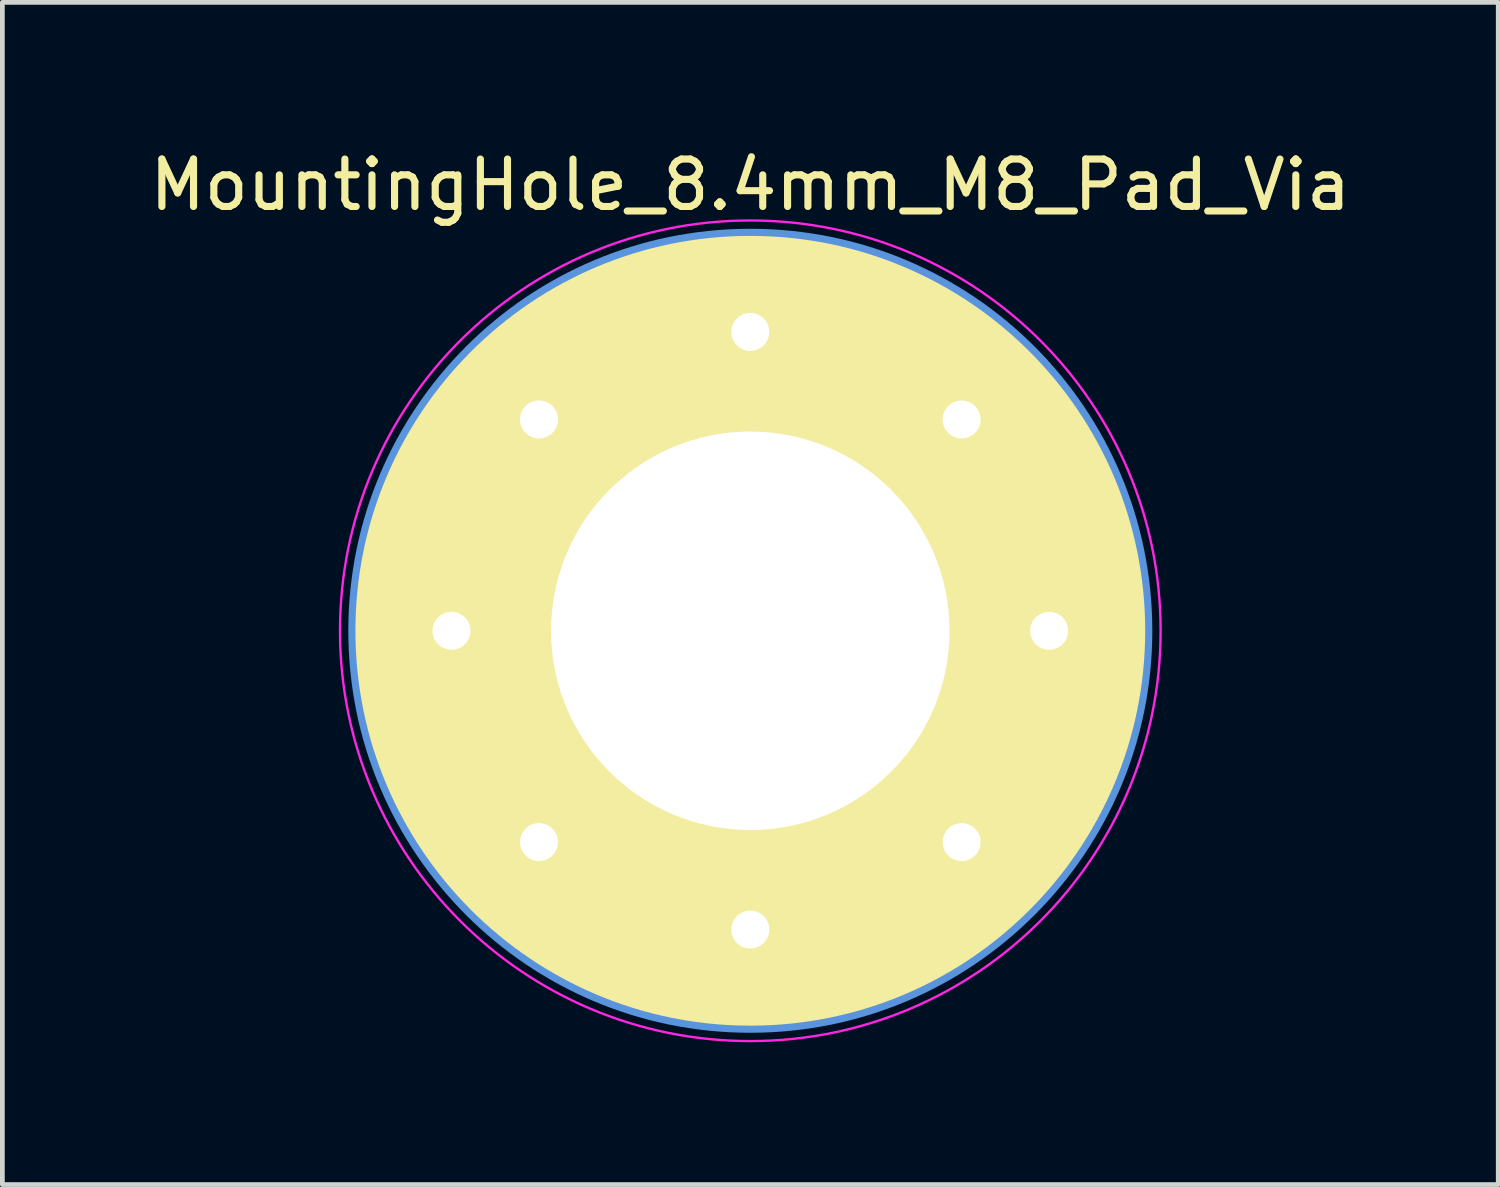
<source format=kicad_pcb>
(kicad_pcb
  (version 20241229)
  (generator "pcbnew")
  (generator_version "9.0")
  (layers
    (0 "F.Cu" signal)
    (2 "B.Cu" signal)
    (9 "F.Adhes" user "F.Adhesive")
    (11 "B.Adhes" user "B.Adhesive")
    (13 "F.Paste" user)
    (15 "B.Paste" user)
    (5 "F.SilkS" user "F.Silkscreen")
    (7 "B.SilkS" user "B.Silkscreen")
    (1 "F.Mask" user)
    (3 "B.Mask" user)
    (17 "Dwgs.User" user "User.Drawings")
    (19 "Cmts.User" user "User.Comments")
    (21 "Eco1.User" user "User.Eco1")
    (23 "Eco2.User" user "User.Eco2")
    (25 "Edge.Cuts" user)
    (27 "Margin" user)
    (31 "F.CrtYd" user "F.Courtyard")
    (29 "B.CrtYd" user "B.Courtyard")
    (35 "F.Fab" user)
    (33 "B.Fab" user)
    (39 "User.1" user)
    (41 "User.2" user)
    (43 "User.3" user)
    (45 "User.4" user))
  (footprint "MountingHole_8.4mm_M8_Pad_Via"
    (layer "F.Cu")
    (at 12.768 10.248)
    (property "Reference" "MountingHole_8.4mm_M8_Pad_Via" (at 0 -9.4 0) (layer "F.SilkS") (effects (font (size 1 1) (thickness 0.15))))
    (attr through_hole)
    (fp_circle (center 0 0) (end 8.4 0) (stroke (width 0.15) (type solid)) (fill no) (layer "Cmts.User"))
    (fp_circle (center 0 0) (end 8.65 0) (stroke (width 0.05) (type solid)) (fill no) (layer "F.CrtYd"))
    (pad "" thru_hole circle (at -6.3 0) (size 0.9 0.9) (drill 0.8) (layers "*.Cu" "*.Mask"))
    (pad "" thru_hole circle (at -4.455 -4.455) (size 0.9 0.9) (drill 0.8) (layers "*.Cu" "*.Mask"))
    (pad "" thru_hole circle (at -4.455 4.455) (size 0.9 0.9) (drill 0.8) (layers "*.Cu" "*.Mask"))
    (pad "" thru_hole circle (at 0 -6.3) (size 0.9 0.9) (drill 0.8) (layers "*.Cu" "*.Mask"))
    (pad "" thru_hole circle (at 0 6.3) (size 0.9 0.9) (drill 0.8) (layers "*.Cu" "*.Mask"))
    (pad "" thru_hole circle (at 4.455 -4.455) (size 0.9 0.9) (drill 0.8) (layers "*.Cu" "*.Mask"))
    (pad "" thru_hole circle (at 4.455 4.455) (size 0.9 0.9) (drill 0.8) (layers "*.Cu" "*.Mask"))
    (pad "" thru_hole circle (at 6.3 0) (size 0.9 0.9) (drill 0.8) (layers "*.Cu" "*.Mask"))
    (pad "1" thru_hole circle (at 0 0) (size 16.8 16.8) (drill 8.4) (layers "*.Cu" "*.Mask" "F.SilkS")))
  (gr_rect
    (start -3 -3)
    (end 28.536 21.923)
    (stroke (width 0.1) (type default))
    (fill no)
    (layer "Edge.Cuts")))
</source>
